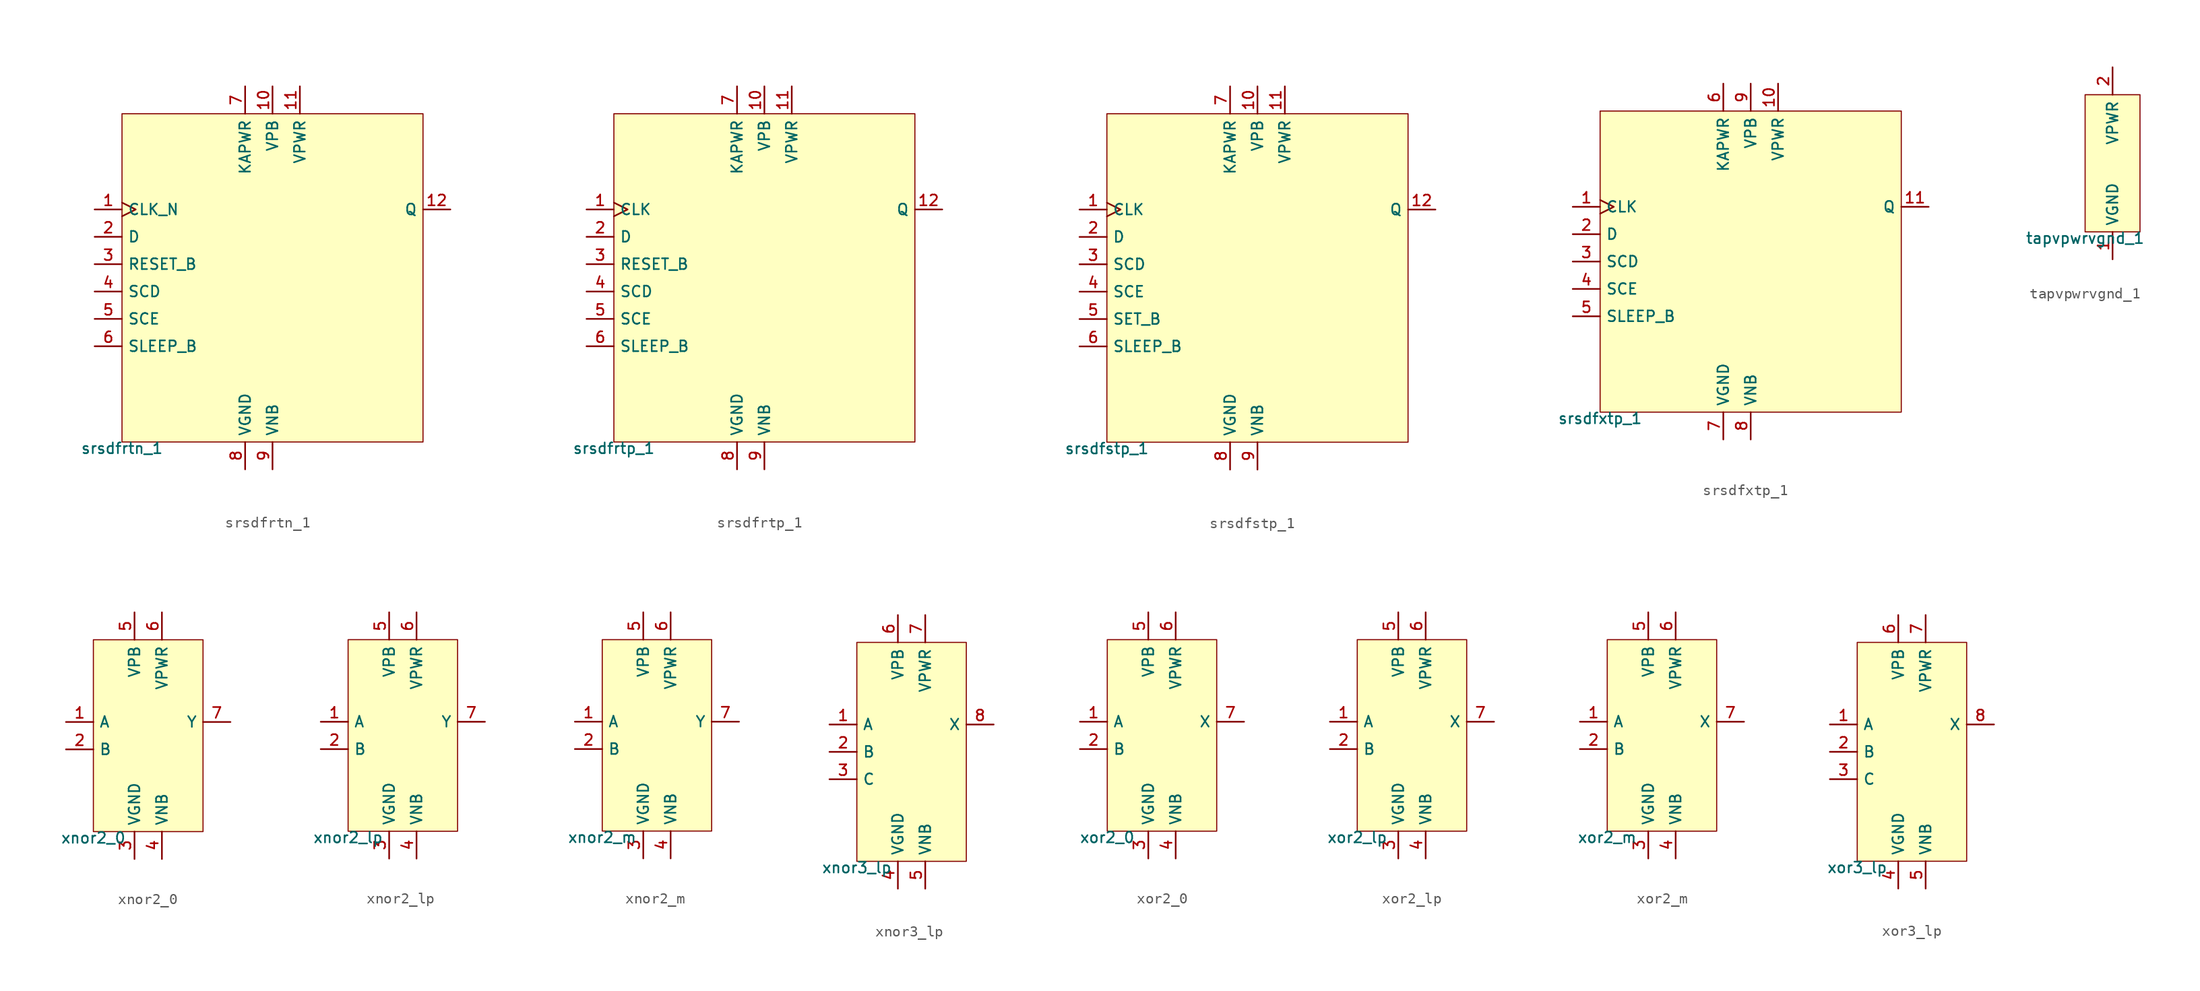
<source format=kicad_sym>
(kicad_symbol_lib
  (version 20211014)
  (generator pdk2kicad)
  (symbol "srsdfrtn_1"
    (property "Reference" "X"
      (at 0 0 0)
      (effects (font (size 1 1)) hide))
    (property "Value" "srsdfrtn_1"
      (at -13.97 -15.24 0)
      (effects (font (size 1 1)) (justify top)))
    (rectangle
      (start -13.97 -15.24)
      (end 13.97 15.24)
      (stroke (width 0.1) (type solid) (color 0 0 0 0))
      (fill (type background)))
    (pin input clock
      (at -16.51 6.35 0)
      (length 2.54)
      (name "CLK_N" (effects (font (size 1 1)) hide))
      (number "1" (effects (font (size 1 1)) hide)))
    (pin input line
      (at -16.51 3.81 0)
      (length 2.54)
      (name "D" (effects (font (size 1 1)) hide))
      (number "2" (effects (font (size 1 1)) hide)))
    (pin input line
      (at -16.51 1.27 0)
      (length 2.54)
      (name "RESET_B" (effects (font (size 1 1)) hide))
      (number "3" (effects (font (size 1 1)) hide)))
    (pin input line
      (at -16.51 -1.27 0)
      (length 2.54)
      (name "SCD" (effects (font (size 1 1)) hide))
      (number "4" (effects (font (size 1 1)) hide)))
    (pin input line
      (at -16.51 -3.81 0)
      (length 2.54)
      (name "SCE" (effects (font (size 1 1)) hide))
      (number "5" (effects (font (size 1 1)) hide)))
    (pin input line
      (at -16.51 -6.35 0)
      (length 2.54)
      (name "SLEEP_B" (effects (font (size 1 1)) hide))
      (number "6" (effects (font (size 1 1)) hide)))
    (pin power_in line
      (at -2.54 17.78 270)
      (length 2.54)
      (name "KAPWR" (effects (font (size 1 1)) hide))
      (number "7" (effects (font (size 1 1)) hide)))
    (pin power_in line
      (at -2.54 -17.78 90)
      (length 2.54)
      (name "VGND" (effects (font (size 1 1)) hide))
      (number "8" (effects (font (size 1 1)) hide)))
    (pin power_in line
      (at 0.0 -17.78 90)
      (length 2.54)
      (name "VNB" (effects (font (size 1 1)) hide))
      (number "9" (effects (font (size 1 1)) hide)))
    (pin power_in line
      (at 0.0 17.78 270)
      (length 2.54)
      (name "VPB" (effects (font (size 1 1)) hide))
      (number "10" (effects (font (size 1 1)) hide)))
    (pin power_in line
      (at 2.54 17.78 270)
      (length 2.54)
      (name "VPWR" (effects (font (size 1 1)) hide))
      (number "11" (effects (font (size 1 1)) hide)))
    (pin output line
      (at 16.51 6.35 180)
      (length 2.54)
      (name "Q" (effects (font (size 1 1)) hide))
      (number "12" (effects (font (size 1 1)) hide))))
  (symbol "srsdfrtp_1"
    (property "Reference" "X"
      (at 0 0 0)
      (effects (font (size 1 1)) hide))
    (property "Value" "srsdfrtp_1"
      (at -13.97 -15.24 0)
      (effects (font (size 1 1)) (justify top)))
    (rectangle
      (start -13.97 -15.24)
      (end 13.97 15.24)
      (stroke (width 0.1) (type solid) (color 0 0 0 0))
      (fill (type background)))
    (pin input clock
      (at -16.51 6.35 0)
      (length 2.54)
      (name "CLK" (effects (font (size 1 1)) hide))
      (number "1" (effects (font (size 1 1)) hide)))
    (pin input line
      (at -16.51 3.81 0)
      (length 2.54)
      (name "D" (effects (font (size 1 1)) hide))
      (number "2" (effects (font (size 1 1)) hide)))
    (pin input line
      (at -16.51 1.27 0)
      (length 2.54)
      (name "RESET_B" (effects (font (size 1 1)) hide))
      (number "3" (effects (font (size 1 1)) hide)))
    (pin input line
      (at -16.51 -1.27 0)
      (length 2.54)
      (name "SCD" (effects (font (size 1 1)) hide))
      (number "4" (effects (font (size 1 1)) hide)))
    (pin input line
      (at -16.51 -3.81 0)
      (length 2.54)
      (name "SCE" (effects (font (size 1 1)) hide))
      (number "5" (effects (font (size 1 1)) hide)))
    (pin input line
      (at -16.51 -6.35 0)
      (length 2.54)
      (name "SLEEP_B" (effects (font (size 1 1)) hide))
      (number "6" (effects (font (size 1 1)) hide)))
    (pin power_in line
      (at -2.54 17.78 270)
      (length 2.54)
      (name "KAPWR" (effects (font (size 1 1)) hide))
      (number "7" (effects (font (size 1 1)) hide)))
    (pin power_in line
      (at -2.54 -17.78 90)
      (length 2.54)
      (name "VGND" (effects (font (size 1 1)) hide))
      (number "8" (effects (font (size 1 1)) hide)))
    (pin power_in line
      (at 0.0 -17.78 90)
      (length 2.54)
      (name "VNB" (effects (font (size 1 1)) hide))
      (number "9" (effects (font (size 1 1)) hide)))
    (pin power_in line
      (at 0.0 17.78 270)
      (length 2.54)
      (name "VPB" (effects (font (size 1 1)) hide))
      (number "10" (effects (font (size 1 1)) hide)))
    (pin power_in line
      (at 2.54 17.78 270)
      (length 2.54)
      (name "VPWR" (effects (font (size 1 1)) hide))
      (number "11" (effects (font (size 1 1)) hide)))
    (pin output line
      (at 16.51 6.35 180)
      (length 2.54)
      (name "Q" (effects (font (size 1 1)) hide))
      (number "12" (effects (font (size 1 1)) hide))))
  (symbol "srsdfstp_1"
    (property "Reference" "X"
      (at 0 0 0)
      (effects (font (size 1 1)) hide))
    (property "Value" "srsdfstp_1"
      (at -13.97 -15.24 0)
      (effects (font (size 1 1)) (justify top)))
    (rectangle
      (start -13.97 -15.24)
      (end 13.97 15.24)
      (stroke (width 0.1) (type solid) (color 0 0 0 0))
      (fill (type background)))
    (pin input clock
      (at -16.51 6.35 0)
      (length 2.54)
      (name "CLK" (effects (font (size 1 1)) hide))
      (number "1" (effects (font (size 1 1)) hide)))
    (pin input line
      (at -16.51 3.81 0)
      (length 2.54)
      (name "D" (effects (font (size 1 1)) hide))
      (number "2" (effects (font (size 1 1)) hide)))
    (pin input line
      (at -16.51 1.27 0)
      (length 2.54)
      (name "SCD" (effects (font (size 1 1)) hide))
      (number "3" (effects (font (size 1 1)) hide)))
    (pin input line
      (at -16.51 -1.27 0)
      (length 2.54)
      (name "SCE" (effects (font (size 1 1)) hide))
      (number "4" (effects (font (size 1 1)) hide)))
    (pin input line
      (at -16.51 -3.81 0)
      (length 2.54)
      (name "SET_B" (effects (font (size 1 1)) hide))
      (number "5" (effects (font (size 1 1)) hide)))
    (pin input line
      (at -16.51 -6.35 0)
      (length 2.54)
      (name "SLEEP_B" (effects (font (size 1 1)) hide))
      (number "6" (effects (font (size 1 1)) hide)))
    (pin power_in line
      (at -2.54 17.78 270)
      (length 2.54)
      (name "KAPWR" (effects (font (size 1 1)) hide))
      (number "7" (effects (font (size 1 1)) hide)))
    (pin power_in line
      (at -2.54 -17.78 90)
      (length 2.54)
      (name "VGND" (effects (font (size 1 1)) hide))
      (number "8" (effects (font (size 1 1)) hide)))
    (pin power_in line
      (at 0.0 -17.78 90)
      (length 2.54)
      (name "VNB" (effects (font (size 1 1)) hide))
      (number "9" (effects (font (size 1 1)) hide)))
    (pin power_in line
      (at 0.0 17.78 270)
      (length 2.54)
      (name "VPB" (effects (font (size 1 1)) hide))
      (number "10" (effects (font (size 1 1)) hide)))
    (pin power_in line
      (at 2.54 17.78 270)
      (length 2.54)
      (name "VPWR" (effects (font (size 1 1)) hide))
      (number "11" (effects (font (size 1 1)) hide)))
    (pin output line
      (at 16.51 6.35 180)
      (length 2.54)
      (name "Q" (effects (font (size 1 1)) hide))
      (number "12" (effects (font (size 1 1)) hide))))
  (symbol "srsdfxtp_1"
    (property "Reference" "X"
      (at 0 0 0)
      (effects (font (size 1 1)) hide))
    (property "Value" "srsdfxtp_1"
      (at -13.97 -13.97 0)
      (effects (font (size 1 1)) (justify top)))
    (rectangle
      (start -13.97 -13.97)
      (end 13.97 13.97)
      (stroke (width 0.1) (type solid) (color 0 0 0 0))
      (fill (type background)))
    (pin input clock
      (at -16.51 5.08 0)
      (length 2.54)
      (name "CLK" (effects (font (size 1 1)) hide))
      (number "1" (effects (font (size 1 1)) hide)))
    (pin input line
      (at -16.51 2.54 0)
      (length 2.54)
      (name "D" (effects (font (size 1 1)) hide))
      (number "2" (effects (font (size 1 1)) hide)))
    (pin input line
      (at -16.51 -8.881784197001252e-16 0)
      (length 2.54)
      (name "SCD" (effects (font (size 1 1)) hide))
      (number "3" (effects (font (size 1 1)) hide)))
    (pin input line
      (at -16.51 -2.54 0)
      (length 2.54)
      (name "SCE" (effects (font (size 1 1)) hide))
      (number "4" (effects (font (size 1 1)) hide)))
    (pin input line
      (at -16.51 -5.08 0)
      (length 2.54)
      (name "SLEEP_B" (effects (font (size 1 1)) hide))
      (number "5" (effects (font (size 1 1)) hide)))
    (pin power_in line
      (at -2.54 16.51 270)
      (length 2.54)
      (name "KAPWR" (effects (font (size 1 1)) hide))
      (number "6" (effects (font (size 1 1)) hide)))
    (pin power_in line
      (at -2.54 -16.51 90)
      (length 2.54)
      (name "VGND" (effects (font (size 1 1)) hide))
      (number "7" (effects (font (size 1 1)) hide)))
    (pin power_in line
      (at 0.0 -16.51 90)
      (length 2.54)
      (name "VNB" (effects (font (size 1 1)) hide))
      (number "8" (effects (font (size 1 1)) hide)))
    (pin power_in line
      (at 0.0 16.51 270)
      (length 2.54)
      (name "VPB" (effects (font (size 1 1)) hide))
      (number "9" (effects (font (size 1 1)) hide)))
    (pin power_in line
      (at 2.54 16.51 270)
      (length 2.54)
      (name "VPWR" (effects (font (size 1 1)) hide))
      (number "10" (effects (font (size 1 1)) hide)))
    (pin output line
      (at 16.51 5.08 180)
      (length 2.54)
      (name "Q" (effects (font (size 1 1)) hide))
      (number "11" (effects (font (size 1 1)) hide))))
  (symbol "tapvpwrvgnd_1"
    (property "Reference" "X"
      (at 0 0 0)
      (effects (font (size 1 1)) hide))
    (property "Value" "tapvpwrvgnd_1"
      (at -2.54 -6.35 0)
      (effects (font (size 1 1)) (justify top)))
    (rectangle
      (start -2.54 -6.35)
      (end 2.54 6.35)
      (stroke (width 0.1) (type solid) (color 0 0 0 0))
      (fill (type background)))
    (pin power_in line
      (at 0.0 -8.89 90)
      (length 2.54)
      (name "VGND" (effects (font (size 1 1)) hide))
      (number "1" (effects (font (size 1 1)) hide)))
    (pin power_in line
      (at 0.0 8.89 270)
      (length 2.54)
      (name "VPWR" (effects (font (size 1 1)) hide))
      (number "2" (effects (font (size 1 1)) hide))))
  (symbol "xnor2_0"
    (property "Reference" "X"
      (at 0 0 0)
      (effects (font (size 1 1)) hide))
    (property "Value" "xnor2_0"
      (at -5.08 -8.89 0)
      (effects (font (size 1 1)) (justify top)))
    (rectangle
      (start -5.08 -8.89)
      (end 5.08 8.89)
      (stroke (width 0.1) (type solid) (color 0 0 0 0))
      (fill (type background)))
    (pin input line
      (at -7.62 1.27 0)
      (length 2.54)
      (name "A" (effects (font (size 1 1)) hide))
      (number "1" (effects (font (size 1 1)) hide)))
    (pin input line
      (at -7.62 -1.27 0)
      (length 2.54)
      (name "B" (effects (font (size 1 1)) hide))
      (number "2" (effects (font (size 1 1)) hide)))
    (pin power_in line
      (at -1.27 -11.43 90)
      (length 2.54)
      (name "VGND" (effects (font (size 1 1)) hide))
      (number "3" (effects (font (size 1 1)) hide)))
    (pin power_in line
      (at 1.27 -11.43 90)
      (length 2.54)
      (name "VNB" (effects (font (size 1 1)) hide))
      (number "4" (effects (font (size 1 1)) hide)))
    (pin power_in line
      (at -1.27 11.43 270)
      (length 2.54)
      (name "VPB" (effects (font (size 1 1)) hide))
      (number "5" (effects (font (size 1 1)) hide)))
    (pin power_in line
      (at 1.27 11.43 270)
      (length 2.54)
      (name "VPWR" (effects (font (size 1 1)) hide))
      (number "6" (effects (font (size 1 1)) hide)))
    (pin output line
      (at 7.62 1.27 180)
      (length 2.54)
      (name "Y" (effects (font (size 1 1)) hide))
      (number "7" (effects (font (size 1 1)) hide))))
  (symbol "xnor2_lp"
    (property "Reference" "X"
      (at 0 0 0)
      (effects (font (size 1 1)) hide))
    (property "Value" "xnor2_lp"
      (at -5.08 -8.89 0)
      (effects (font (size 1 1)) (justify top)))
    (rectangle
      (start -5.08 -8.89)
      (end 5.08 8.89)
      (stroke (width 0.1) (type solid) (color 0 0 0 0))
      (fill (type background)))
    (pin input line
      (at -7.62 1.27 0)
      (length 2.54)
      (name "A" (effects (font (size 1 1)) hide))
      (number "1" (effects (font (size 1 1)) hide)))
    (pin input line
      (at -7.62 -1.27 0)
      (length 2.54)
      (name "B" (effects (font (size 1 1)) hide))
      (number "2" (effects (font (size 1 1)) hide)))
    (pin power_in line
      (at -1.27 -11.43 90)
      (length 2.54)
      (name "VGND" (effects (font (size 1 1)) hide))
      (number "3" (effects (font (size 1 1)) hide)))
    (pin power_in line
      (at 1.27 -11.43 90)
      (length 2.54)
      (name "VNB" (effects (font (size 1 1)) hide))
      (number "4" (effects (font (size 1 1)) hide)))
    (pin power_in line
      (at -1.27 11.43 270)
      (length 2.54)
      (name "VPB" (effects (font (size 1 1)) hide))
      (number "5" (effects (font (size 1 1)) hide)))
    (pin power_in line
      (at 1.27 11.43 270)
      (length 2.54)
      (name "VPWR" (effects (font (size 1 1)) hide))
      (number "6" (effects (font (size 1 1)) hide)))
    (pin output line
      (at 7.62 1.27 180)
      (length 2.54)
      (name "Y" (effects (font (size 1 1)) hide))
      (number "7" (effects (font (size 1 1)) hide))))
  (symbol "xnor2_m"
    (property "Reference" "X"
      (at 0 0 0)
      (effects (font (size 1 1)) hide))
    (property "Value" "xnor2_m"
      (at -5.08 -8.89 0)
      (effects (font (size 1 1)) (justify top)))
    (rectangle
      (start -5.08 -8.89)
      (end 5.08 8.89)
      (stroke (width 0.1) (type solid) (color 0 0 0 0))
      (fill (type background)))
    (pin input line
      (at -7.62 1.27 0)
      (length 2.54)
      (name "A" (effects (font (size 1 1)) hide))
      (number "1" (effects (font (size 1 1)) hide)))
    (pin input line
      (at -7.62 -1.27 0)
      (length 2.54)
      (name "B" (effects (font (size 1 1)) hide))
      (number "2" (effects (font (size 1 1)) hide)))
    (pin power_in line
      (at -1.27 -11.43 90)
      (length 2.54)
      (name "VGND" (effects (font (size 1 1)) hide))
      (number "3" (effects (font (size 1 1)) hide)))
    (pin power_in line
      (at 1.27 -11.43 90)
      (length 2.54)
      (name "VNB" (effects (font (size 1 1)) hide))
      (number "4" (effects (font (size 1 1)) hide)))
    (pin power_in line
      (at -1.27 11.43 270)
      (length 2.54)
      (name "VPB" (effects (font (size 1 1)) hide))
      (number "5" (effects (font (size 1 1)) hide)))
    (pin power_in line
      (at 1.27 11.43 270)
      (length 2.54)
      (name "VPWR" (effects (font (size 1 1)) hide))
      (number "6" (effects (font (size 1 1)) hide)))
    (pin output line
      (at 7.62 1.27 180)
      (length 2.54)
      (name "Y" (effects (font (size 1 1)) hide))
      (number "7" (effects (font (size 1 1)) hide))))
  (symbol "xnor3_lp"
    (property "Reference" "X"
      (at 0 0 0)
      (effects (font (size 1 1)) hide))
    (property "Value" "xnor3_lp"
      (at -5.08 -10.16 0)
      (effects (font (size 1 1)) (justify top)))
    (rectangle
      (start -5.08 -10.16)
      (end 5.08 10.16)
      (stroke (width 0.1) (type solid) (color 0 0 0 0))
      (fill (type background)))
    (pin input line
      (at -7.62 2.54 0)
      (length 2.54)
      (name "A" (effects (font (size 1 1)) hide))
      (number "1" (effects (font (size 1 1)) hide)))
    (pin input line
      (at -7.62 0.0 0)
      (length 2.54)
      (name "B" (effects (font (size 1 1)) hide))
      (number "2" (effects (font (size 1 1)) hide)))
    (pin input line
      (at -7.62 -2.54 0)
      (length 2.54)
      (name "C" (effects (font (size 1 1)) hide))
      (number "3" (effects (font (size 1 1)) hide)))
    (pin power_in line
      (at -1.27 -12.7 90)
      (length 2.54)
      (name "VGND" (effects (font (size 1 1)) hide))
      (number "4" (effects (font (size 1 1)) hide)))
    (pin power_in line
      (at 1.27 -12.7 90)
      (length 2.54)
      (name "VNB" (effects (font (size 1 1)) hide))
      (number "5" (effects (font (size 1 1)) hide)))
    (pin power_in line
      (at -1.27 12.7 270)
      (length 2.54)
      (name "VPB" (effects (font (size 1 1)) hide))
      (number "6" (effects (font (size 1 1)) hide)))
    (pin power_in line
      (at 1.27 12.7 270)
      (length 2.54)
      (name "VPWR" (effects (font (size 1 1)) hide))
      (number "7" (effects (font (size 1 1)) hide)))
    (pin output line
      (at 7.62 2.54 180)
      (length 2.54)
      (name "X" (effects (font (size 1 1)) hide))
      (number "8" (effects (font (size 1 1)) hide))))
  (symbol "xor2_0"
    (property "Reference" "X"
      (at 0 0 0)
      (effects (font (size 1 1)) hide))
    (property "Value" "xor2_0"
      (at -5.08 -8.89 0)
      (effects (font (size 1 1)) (justify top)))
    (rectangle
      (start -5.08 -8.89)
      (end 5.08 8.89)
      (stroke (width 0.1) (type solid) (color 0 0 0 0))
      (fill (type background)))
    (pin input line
      (at -7.62 1.27 0)
      (length 2.54)
      (name "A" (effects (font (size 1 1)) hide))
      (number "1" (effects (font (size 1 1)) hide)))
    (pin input line
      (at -7.62 -1.27 0)
      (length 2.54)
      (name "B" (effects (font (size 1 1)) hide))
      (number "2" (effects (font (size 1 1)) hide)))
    (pin power_in line
      (at -1.27 -11.43 90)
      (length 2.54)
      (name "VGND" (effects (font (size 1 1)) hide))
      (number "3" (effects (font (size 1 1)) hide)))
    (pin power_in line
      (at 1.27 -11.43 90)
      (length 2.54)
      (name "VNB" (effects (font (size 1 1)) hide))
      (number "4" (effects (font (size 1 1)) hide)))
    (pin power_in line
      (at -1.27 11.43 270)
      (length 2.54)
      (name "VPB" (effects (font (size 1 1)) hide))
      (number "5" (effects (font (size 1 1)) hide)))
    (pin power_in line
      (at 1.27 11.43 270)
      (length 2.54)
      (name "VPWR" (effects (font (size 1 1)) hide))
      (number "6" (effects (font (size 1 1)) hide)))
    (pin output line
      (at 7.62 1.27 180)
      (length 2.54)
      (name "X" (effects (font (size 1 1)) hide))
      (number "7" (effects (font (size 1 1)) hide))))
  (symbol "xor2_lp"
    (property "Reference" "X"
      (at 0 0 0)
      (effects (font (size 1 1)) hide))
    (property "Value" "xor2_lp"
      (at -5.08 -8.89 0)
      (effects (font (size 1 1)) (justify top)))
    (rectangle
      (start -5.08 -8.89)
      (end 5.08 8.89)
      (stroke (width 0.1) (type solid) (color 0 0 0 0))
      (fill (type background)))
    (pin input line
      (at -7.62 1.27 0)
      (length 2.54)
      (name "A" (effects (font (size 1 1)) hide))
      (number "1" (effects (font (size 1 1)) hide)))
    (pin input line
      (at -7.62 -1.27 0)
      (length 2.54)
      (name "B" (effects (font (size 1 1)) hide))
      (number "2" (effects (font (size 1 1)) hide)))
    (pin power_in line
      (at -1.27 -11.43 90)
      (length 2.54)
      (name "VGND" (effects (font (size 1 1)) hide))
      (number "3" (effects (font (size 1 1)) hide)))
    (pin power_in line
      (at 1.27 -11.43 90)
      (length 2.54)
      (name "VNB" (effects (font (size 1 1)) hide))
      (number "4" (effects (font (size 1 1)) hide)))
    (pin power_in line
      (at -1.27 11.43 270)
      (length 2.54)
      (name "VPB" (effects (font (size 1 1)) hide))
      (number "5" (effects (font (size 1 1)) hide)))
    (pin power_in line
      (at 1.27 11.43 270)
      (length 2.54)
      (name "VPWR" (effects (font (size 1 1)) hide))
      (number "6" (effects (font (size 1 1)) hide)))
    (pin output line
      (at 7.62 1.27 180)
      (length 2.54)
      (name "X" (effects (font (size 1 1)) hide))
      (number "7" (effects (font (size 1 1)) hide))))
  (symbol "xor2_m"
    (property "Reference" "X"
      (at 0 0 0)
      (effects (font (size 1 1)) hide))
    (property "Value" "xor2_m"
      (at -5.08 -8.89 0)
      (effects (font (size 1 1)) (justify top)))
    (rectangle
      (start -5.08 -8.89)
      (end 5.08 8.89)
      (stroke (width 0.1) (type solid) (color 0 0 0 0))
      (fill (type background)))
    (pin input line
      (at -7.62 1.27 0)
      (length 2.54)
      (name "A" (effects (font (size 1 1)) hide))
      (number "1" (effects (font (size 1 1)) hide)))
    (pin input line
      (at -7.62 -1.27 0)
      (length 2.54)
      (name "B" (effects (font (size 1 1)) hide))
      (number "2" (effects (font (size 1 1)) hide)))
    (pin power_in line
      (at -1.27 -11.43 90)
      (length 2.54)
      (name "VGND" (effects (font (size 1 1)) hide))
      (number "3" (effects (font (size 1 1)) hide)))
    (pin power_in line
      (at 1.27 -11.43 90)
      (length 2.54)
      (name "VNB" (effects (font (size 1 1)) hide))
      (number "4" (effects (font (size 1 1)) hide)))
    (pin power_in line
      (at -1.27 11.43 270)
      (length 2.54)
      (name "VPB" (effects (font (size 1 1)) hide))
      (number "5" (effects (font (size 1 1)) hide)))
    (pin power_in line
      (at 1.27 11.43 270)
      (length 2.54)
      (name "VPWR" (effects (font (size 1 1)) hide))
      (number "6" (effects (font (size 1 1)) hide)))
    (pin output line
      (at 7.62 1.27 180)
      (length 2.54)
      (name "X" (effects (font (size 1 1)) hide))
      (number "7" (effects (font (size 1 1)) hide))))
  (symbol "xor3_lp"
    (property "Reference" "X"
      (at 0 0 0)
      (effects (font (size 1 1)) hide))
    (property "Value" "xor3_lp"
      (at -5.08 -10.16 0)
      (effects (font (size 1 1)) (justify top)))
    (rectangle
      (start -5.08 -10.16)
      (end 5.08 10.16)
      (stroke (width 0.1) (type solid) (color 0 0 0 0))
      (fill (type background)))
    (pin input line
      (at -7.62 2.54 0)
      (length 2.54)
      (name "A" (effects (font (size 1 1)) hide))
      (number "1" (effects (font (size 1 1)) hide)))
    (pin input line
      (at -7.62 0.0 0)
      (length 2.54)
      (name "B" (effects (font (size 1 1)) hide))
      (number "2" (effects (font (size 1 1)) hide)))
    (pin input line
      (at -7.62 -2.54 0)
      (length 2.54)
      (name "C" (effects (font (size 1 1)) hide))
      (number "3" (effects (font (size 1 1)) hide)))
    (pin power_in line
      (at -1.27 -12.7 90)
      (length 2.54)
      (name "VGND" (effects (font (size 1 1)) hide))
      (number "4" (effects (font (size 1 1)) hide)))
    (pin power_in line
      (at 1.27 -12.7 90)
      (length 2.54)
      (name "VNB" (effects (font (size 1 1)) hide))
      (number "5" (effects (font (size 1 1)) hide)))
    (pin power_in line
      (at -1.27 12.7 270)
      (length 2.54)
      (name "VPB" (effects (font (size 1 1)) hide))
      (number "6" (effects (font (size 1 1)) hide)))
    (pin power_in line
      (at 1.27 12.7 270)
      (length 2.54)
      (name "VPWR" (effects (font (size 1 1)) hide))
      (number "7" (effects (font (size 1 1)) hide)))
    (pin output line
      (at 7.62 2.54 180)
      (length 2.54)
      (name "X" (effects (font (size 1 1)) hide))
      (number "8" (effects (font (size 1 1)) hide)))))
</source>
